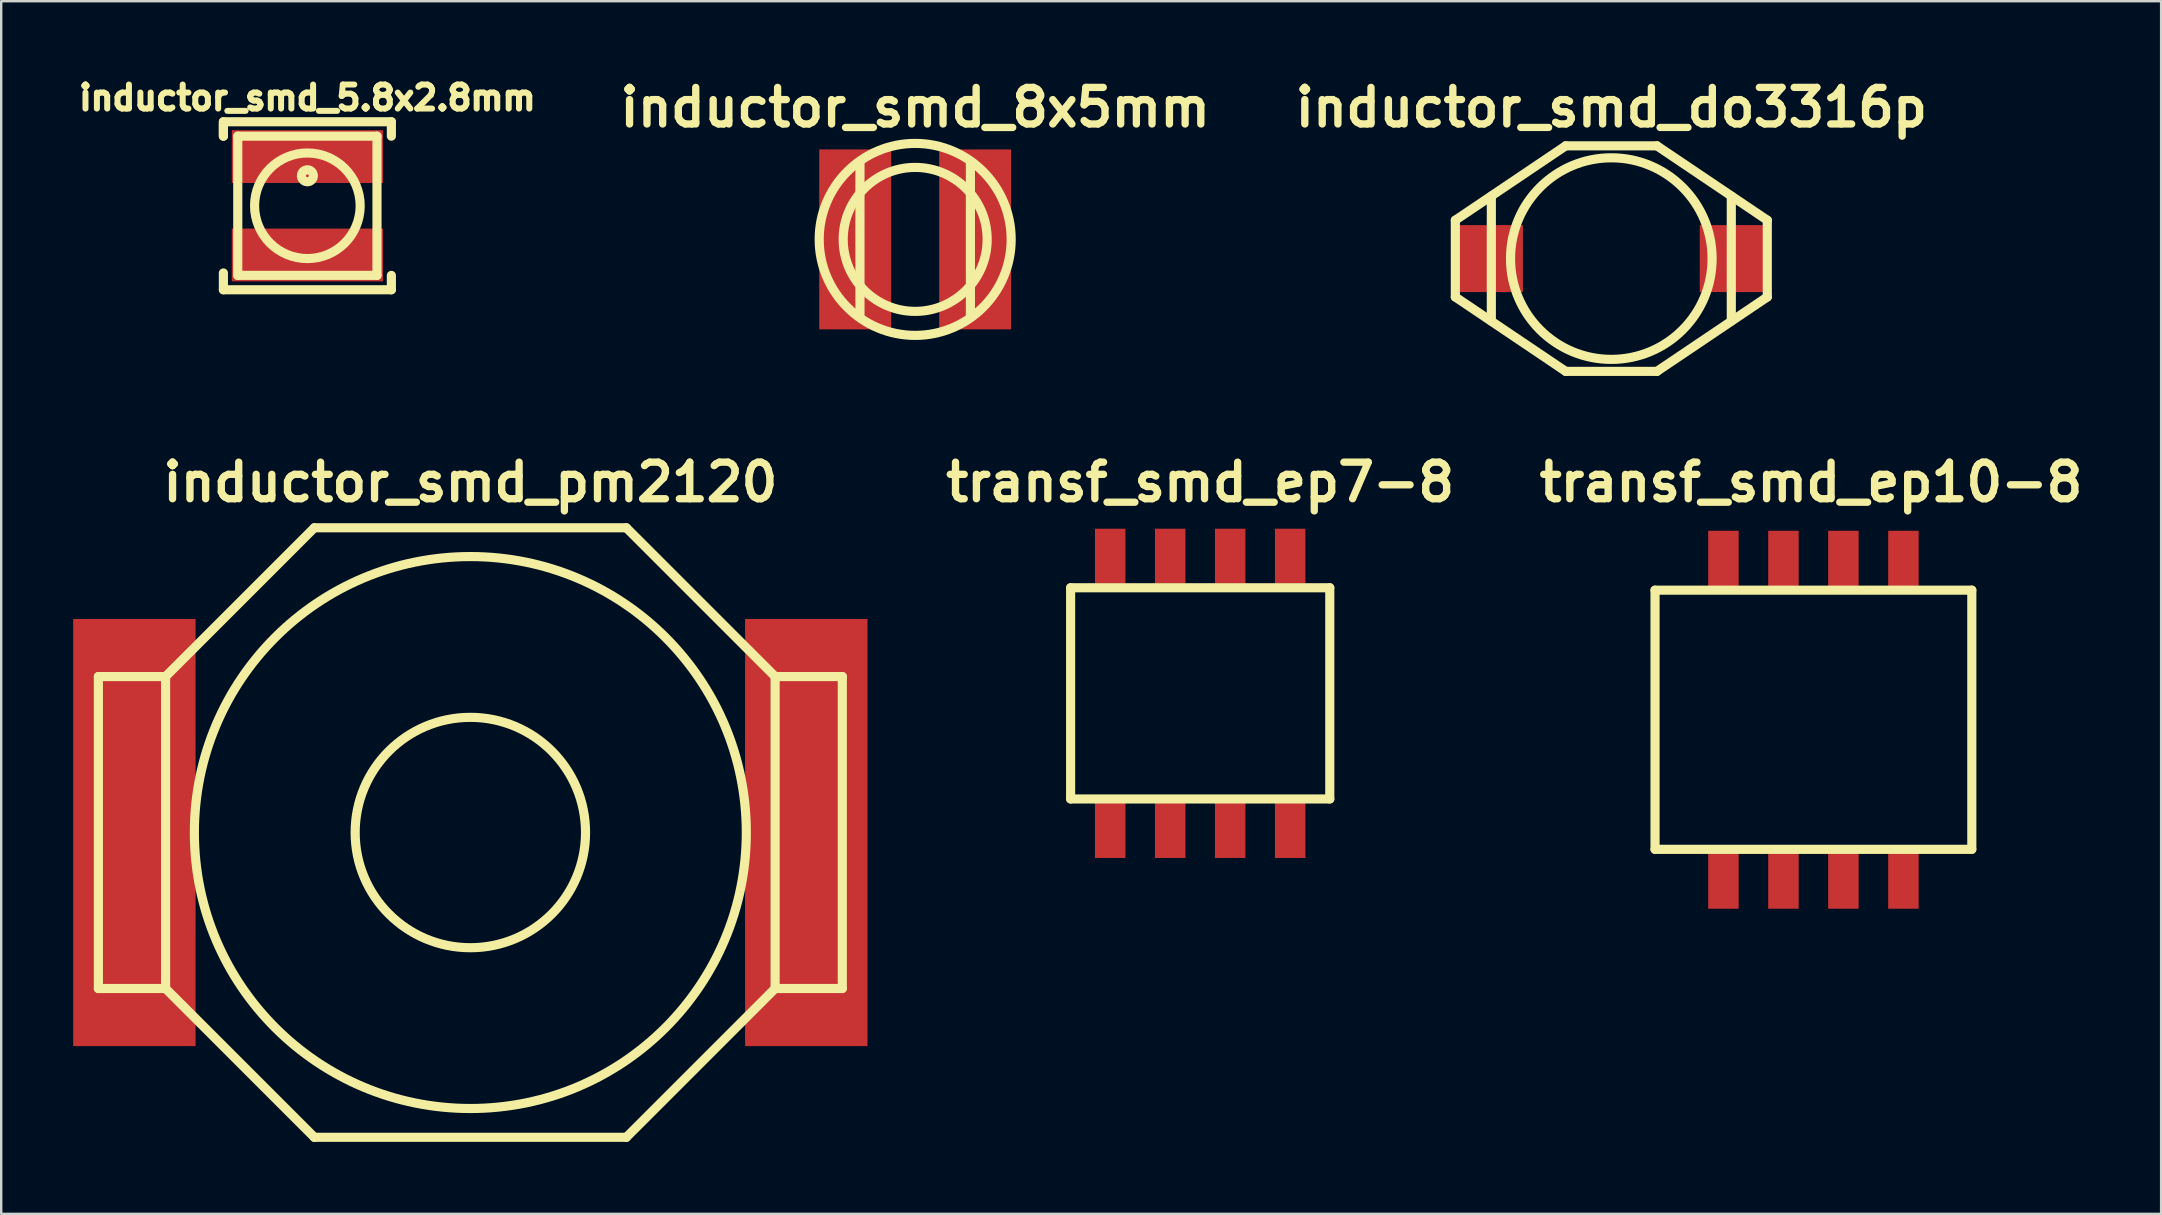
<source format=kicad_pcb>
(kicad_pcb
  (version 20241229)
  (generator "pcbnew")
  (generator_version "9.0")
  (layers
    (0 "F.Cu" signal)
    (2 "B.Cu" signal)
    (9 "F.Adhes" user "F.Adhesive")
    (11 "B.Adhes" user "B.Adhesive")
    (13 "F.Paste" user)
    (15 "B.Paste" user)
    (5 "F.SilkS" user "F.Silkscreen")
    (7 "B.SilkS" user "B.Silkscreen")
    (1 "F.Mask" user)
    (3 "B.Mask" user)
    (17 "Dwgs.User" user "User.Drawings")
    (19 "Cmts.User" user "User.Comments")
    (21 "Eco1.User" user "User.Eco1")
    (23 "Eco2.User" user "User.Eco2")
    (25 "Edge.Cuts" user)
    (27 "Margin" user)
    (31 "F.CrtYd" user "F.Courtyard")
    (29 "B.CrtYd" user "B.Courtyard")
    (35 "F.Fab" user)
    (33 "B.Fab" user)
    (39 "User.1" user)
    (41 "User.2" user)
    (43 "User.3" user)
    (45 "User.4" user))
  (footprint "inductor_smd_pm2120"
    (layer "F.Cu")
    (at 16.55 31.643)
    (property "Reference" "inductor_smd_pm2120" (at 0 -14.6 0) (layer "F.SilkS") (effects (font (size 1.524 1.524) (thickness 0.305))))
    (attr through_hole)
    (fp_line (start -15.5 -6.5) (end -15.5 6.5) (stroke (width 0.381) (type solid)) (layer "F.SilkS"))
    (fp_line (start -15.5 -6.5) (end -12.7 -6.5) (stroke (width 0.381) (type solid)) (layer "F.SilkS"))
    (fp_line (start -15.5 6.5) (end -12.7 6.5) (stroke (width 0.381) (type solid)) (layer "F.SilkS"))
    (fp_line (start -12.7 -6.5) (end -12.7 6.5) (stroke (width 0.381) (type solid)) (layer "F.SilkS"))
    (fp_line (start -12.7 6.5) (end -6.5 12.7) (stroke (width 0.381) (type solid)) (layer "F.SilkS"))
    (fp_line (start -6.5 -12.7) (end -12.7 -6.5) (stroke (width 0.381) (type solid)) (layer "F.SilkS"))
    (fp_line (start -6.5 -12.7) (end 6.5 -12.7) (stroke (width 0.381) (type solid)) (layer "F.SilkS"))
    (fp_line (start -6.5 12.7) (end 6.5 12.7) (stroke (width 0.381) (type solid)) (layer "F.SilkS"))
    (fp_line (start 6.5 12.7) (end 12.7 6.5) (stroke (width 0.381) (type solid)) (layer "F.SilkS"))
    (fp_line (start 12.7 -6.5) (end 6.5 -12.7) (stroke (width 0.381) (type solid)) (layer "F.SilkS"))
    (fp_line (start 12.7 -6.5) (end 12.7 6.5) (stroke (width 0.381) (type solid)) (layer "F.SilkS"))
    (fp_line (start 15.5 -6.5) (end 12.7 -6.5) (stroke (width 0.381) (type solid)) (layer "F.SilkS"))
    (fp_line (start 15.5 -6.5) (end 15.5 6.5) (stroke (width 0.381) (type solid)) (layer "F.SilkS"))
    (fp_line (start 15.5 6.5) (end 12.7 6.5) (stroke (width 0.381) (type solid)) (layer "F.SilkS"))
    (fp_circle (center 0 0) (end 4.8 0) (stroke (width 0.381) (type solid)) (fill no) (layer "F.SilkS"))
    (fp_circle (center 0 0) (end 11.5 0) (stroke (width 0.381) (type solid)) (fill no) (layer "F.SilkS"))
    (pad "1" smd rect (at -14 0) (size 5.1 17.8) (layers "F.Cu" "F.Mask" "F.Paste"))
    (pad "2" smd rect (at 14 0) (size 5.1 17.8) (layers "F.Cu" "F.Mask" "F.Paste")))
  (footprint "inductor_smd_5.8x2.8mm"
    (layer "F.Cu")
    (at 9.759 5.525)
    (property "Reference" "inductor_smd_5.8x2.8mm" (at 0 -4.501 0) (layer "F.SilkS") (effects (font (size 1.001 1.001) (thickness 0.25))))
    (attr through_hole)
    (fp_line (start -3.5 -3.5) (end 3.5 -3.5) (stroke (width 0.381) (type solid)) (layer "F.SilkS"))
    (fp_line (start -3.5 -2.901) (end -3.5 -3.5) (stroke (width 0.381) (type solid)) (layer "F.SilkS"))
    (fp_line (start -3.5 -2.901) (end -3.5 -3.401) (stroke (width 0.381) (type solid)) (layer "F.SilkS"))
    (fp_line (start -3.5 2.799) (end -3.5 3.5) (stroke (width 0.381) (type solid)) (layer "F.SilkS"))
    (fp_line (start -3.5 3.5) (end 3.5 3.5) (stroke (width 0.381) (type solid)) (layer "F.SilkS"))
    (fp_line (start -2.901 -2.901) (end 2.901 -2.901) (stroke (width 0.381) (type solid)) (layer "F.SilkS"))
    (fp_line (start -2.901 2.901) (end -2.901 -2.901) (stroke (width 0.381) (type solid)) (layer "F.SilkS"))
    (fp_line (start 2.901 -2.901) (end 2.901 2.901) (stroke (width 0.381) (type solid)) (layer "F.SilkS"))
    (fp_line (start 2.901 2.901) (end -2.901 2.901) (stroke (width 0.381) (type solid)) (layer "F.SilkS"))
    (fp_line (start 3.5 -3.5) (end 3.5 -2.901) (stroke (width 0.381) (type solid)) (layer "F.SilkS"))
    (fp_line (start 3.5 3.5) (end 3.5 2.901) (stroke (width 0.381) (type solid)) (layer "F.SilkS"))
    (fp_circle (center 0 -1.25) (end 0 -1.001) (stroke (width 0.381) (type solid)) (fill no) (layer "F.SilkS"))
    (fp_circle (center 0 0) (end 2.2 0) (stroke (width 0.381) (type solid)) (fill no) (layer "F.SilkS"))
    (pad "1" smd rect (at 0 -2.05) (size 6.299 2.2) (layers "F.Cu" "F.Mask" "F.Paste"))
    (pad "2" smd rect (at 0 2.05) (size 6.299 2.2) (layers "F.Cu" "F.Mask" "F.Paste")))
  (footprint "transf_smd_ep10-8"
    (layer "F.Cu")
    (at 72.518 26.943)
    (property "Reference" "transf_smd_ep10-8" (at -0.1 -9.9 0) (layer "F.SilkS") (effects (font (size 1.524 1.524) (thickness 0.305))))
    (attr through_hole)
    (fp_line (start -6.6 -5.4) (end -6.6 5.4) (stroke (width 0.381) (type solid)) (layer "F.SilkS"))
    (fp_line (start -6.6 5.4) (end 6.6 5.4) (stroke (width 0.381) (type solid)) (layer "F.SilkS"))
    (fp_line (start 6.6 -5.4) (end -6.6 -5.4) (stroke (width 0.381) (type solid)) (layer "F.SilkS"))
    (fp_line (start 6.6 5.4) (end 6.6 -5.4) (stroke (width 0.381) (type solid)) (layer "F.SilkS"))
    (pad "1" smd rect (at 3.75 6.605) (size 1.27 2.54) (layers "F.Cu" "F.Mask" "F.Paste"))
    (pad "2" smd rect (at 1.25 6.605) (size 1.27 2.54) (layers "F.Cu" "F.Mask" "F.Paste"))
    (pad "3" smd rect (at -1.25 6.605) (size 1.27 2.54) (layers "F.Cu" "F.Mask" "F.Paste"))
    (pad "4" smd rect (at -3.75 6.605) (size 1.27 2.54) (layers "F.Cu" "F.Mask" "F.Paste"))
    (pad "5" smd rect (at -3.75 -6.605) (size 1.27 2.54) (layers "F.Cu" "F.Mask" "F.Paste"))
    (pad "6" smd rect (at -1.25 -6.605) (size 1.27 2.54) (layers "F.Cu" "F.Mask" "F.Paste"))
    (pad "7" smd rect (at 1.25 -6.605) (size 1.27 2.54) (layers "F.Cu" "F.Mask" "F.Paste"))
    (pad "8" smd rect (at 3.75 -6.605) (size 1.27 2.54) (layers "F.Cu" "F.Mask" "F.Paste")))
  (footprint "inductor_smd_8x5mm"
    (layer "F.Cu")
    (at 35.087 6.926)
    (property "Reference" "inductor_smd_8x5mm" (at 0 -5.499 0) (layer "F.SilkS") (effects (font (size 1.524 1.524) (thickness 0.305))))
    (attr through_hole)
    (fp_line (start -2.301 -3.2) (end -2.301 3.2) (stroke (width 0.381) (type solid)) (layer "F.SilkS"))
    (fp_line (start 2.301 3.2) (end 2.301 -3.2) (stroke (width 0.381) (type solid)) (layer "F.SilkS"))
    (fp_circle (center 0 0) (end -4 0) (stroke (width 0.381) (type solid)) (fill no) (layer "F.SilkS"))
    (fp_circle (center 0 0) (end -3 0) (stroke (width 0.381) (type solid)) (fill no) (layer "F.SilkS"))
    (pad "1" smd rect (at -2.499 0) (size 2.997 7.498) (layers "F.Cu" "F.Mask" "F.Paste"))
    (pad "2" smd rect (at 2.499 0) (size 2.997 7.498) (layers "F.Cu" "F.Mask" "F.Paste")))
  (footprint "transf_smd_ep7-8"
    (layer "F.Cu")
    (at 46.964 25.843)
    (property "Reference" "transf_smd_ep7-8" (at 0 -8.8 0) (layer "F.SilkS") (effects (font (size 1.524 1.524) (thickness 0.305))))
    (attr through_hole)
    (fp_line (start -5.4 -4.4) (end -5.4 4.4) (stroke (width 0.381) (type solid)) (layer "F.SilkS"))
    (fp_line (start -5.4 4.4) (end 5.4 4.4) (stroke (width 0.381) (type solid)) (layer "F.SilkS"))
    (fp_line (start 5.4 -4.4) (end -5.4 -4.4) (stroke (width 0.381) (type solid)) (layer "F.SilkS"))
    (fp_line (start 5.4 4.4) (end 5.4 -4.4) (stroke (width 0.381) (type solid)) (layer "F.SilkS"))
    (pad "1" smd rect (at 3.75 5.715) (size 1.27 2.29) (layers "F.Cu" "F.Mask" "F.Paste"))
    (pad "2" smd rect (at 1.25 5.715) (size 1.27 2.29) (layers "F.Cu" "F.Mask" "F.Paste"))
    (pad "3" smd rect (at -1.25 5.715) (size 1.27 2.29) (layers "F.Cu" "F.Mask" "F.Paste"))
    (pad "4" smd rect (at -3.75 5.715) (size 1.27 2.29) (layers "F.Cu" "F.Mask" "F.Paste"))
    (pad "5" smd rect (at -3.75 -5.715) (size 1.27 2.29) (layers "F.Cu" "F.Mask" "F.Paste"))
    (pad "6" smd rect (at -1.25 -5.715) (size 1.27 2.29) (layers "F.Cu" "F.Mask" "F.Paste"))
    (pad "7" smd rect (at 1.25 -5.715) (size 1.27 2.29) (layers "F.Cu" "F.Mask" "F.Paste"))
    (pad "8" smd rect (at 3.75 -5.715) (size 1.27 2.29) (layers "F.Cu" "F.Mask" "F.Paste")))
  (footprint "inductor_smd_do3316p"
    (layer "F.Cu")
    (at 64.096 7.726)
    (property "Reference" "inductor_smd_do3316p" (at 0 -6.3 0) (layer "F.SilkS") (effects (font (size 1.524 1.524) (thickness 0.305))))
    (attr through_hole)
    (fp_line (start -6.5 -1.6) (end -6.5 1.6) (stroke (width 0.381) (type solid)) (layer "F.SilkS"))
    (fp_line (start -6.5 -1.6) (end -1.9 -4.7) (stroke (width 0.381) (type solid)) (layer "F.SilkS"))
    (fp_line (start -5 2.6) (end -5 -2.6) (stroke (width 0.381) (type solid)) (layer "F.SilkS"))
    (fp_line (start -1.9 -4.7) (end 1.9 -4.7) (stroke (width 0.381) (type solid)) (layer "F.SilkS"))
    (fp_line (start -1.9 4.7) (end -6.5 1.6) (stroke (width 0.381) (type solid)) (layer "F.SilkS"))
    (fp_line (start -1.9 4.7) (end 1.9 4.7) (stroke (width 0.381) (type solid)) (layer "F.SilkS"))
    (fp_line (start 1.9 -4.7) (end 6.5 -1.6) (stroke (width 0.381) (type solid)) (layer "F.SilkS"))
    (fp_line (start 5 2.6) (end 5 -2.6) (stroke (width 0.381) (type solid)) (layer "F.SilkS"))
    (fp_line (start 6.5 -1.6) (end 6.5 1.6) (stroke (width 0.381) (type solid)) (layer "F.SilkS"))
    (fp_line (start 6.5 1.6) (end 1.9 4.7) (stroke (width 0.381) (type solid)) (layer "F.SilkS"))
    (fp_circle (center 0 0) (end -4.2 0) (stroke (width 0.381) (type solid)) (fill no) (layer "F.SilkS"))
    (pad "1" smd rect (at -5.145 0) (size 2.92 2.79) (layers "F.Cu" "F.Mask" "F.Paste"))
    (pad "2" smd rect (at 5.145 0) (size 2.92 2.79) (layers "F.Cu" "F.Mask" "F.Paste")))
  (gr_rect
    (start -3 -3)
    (end 87.007 47.534)
    (stroke (width 0.1) (type default))
    (fill no)
    (layer "Edge.Cuts")))
</source>
